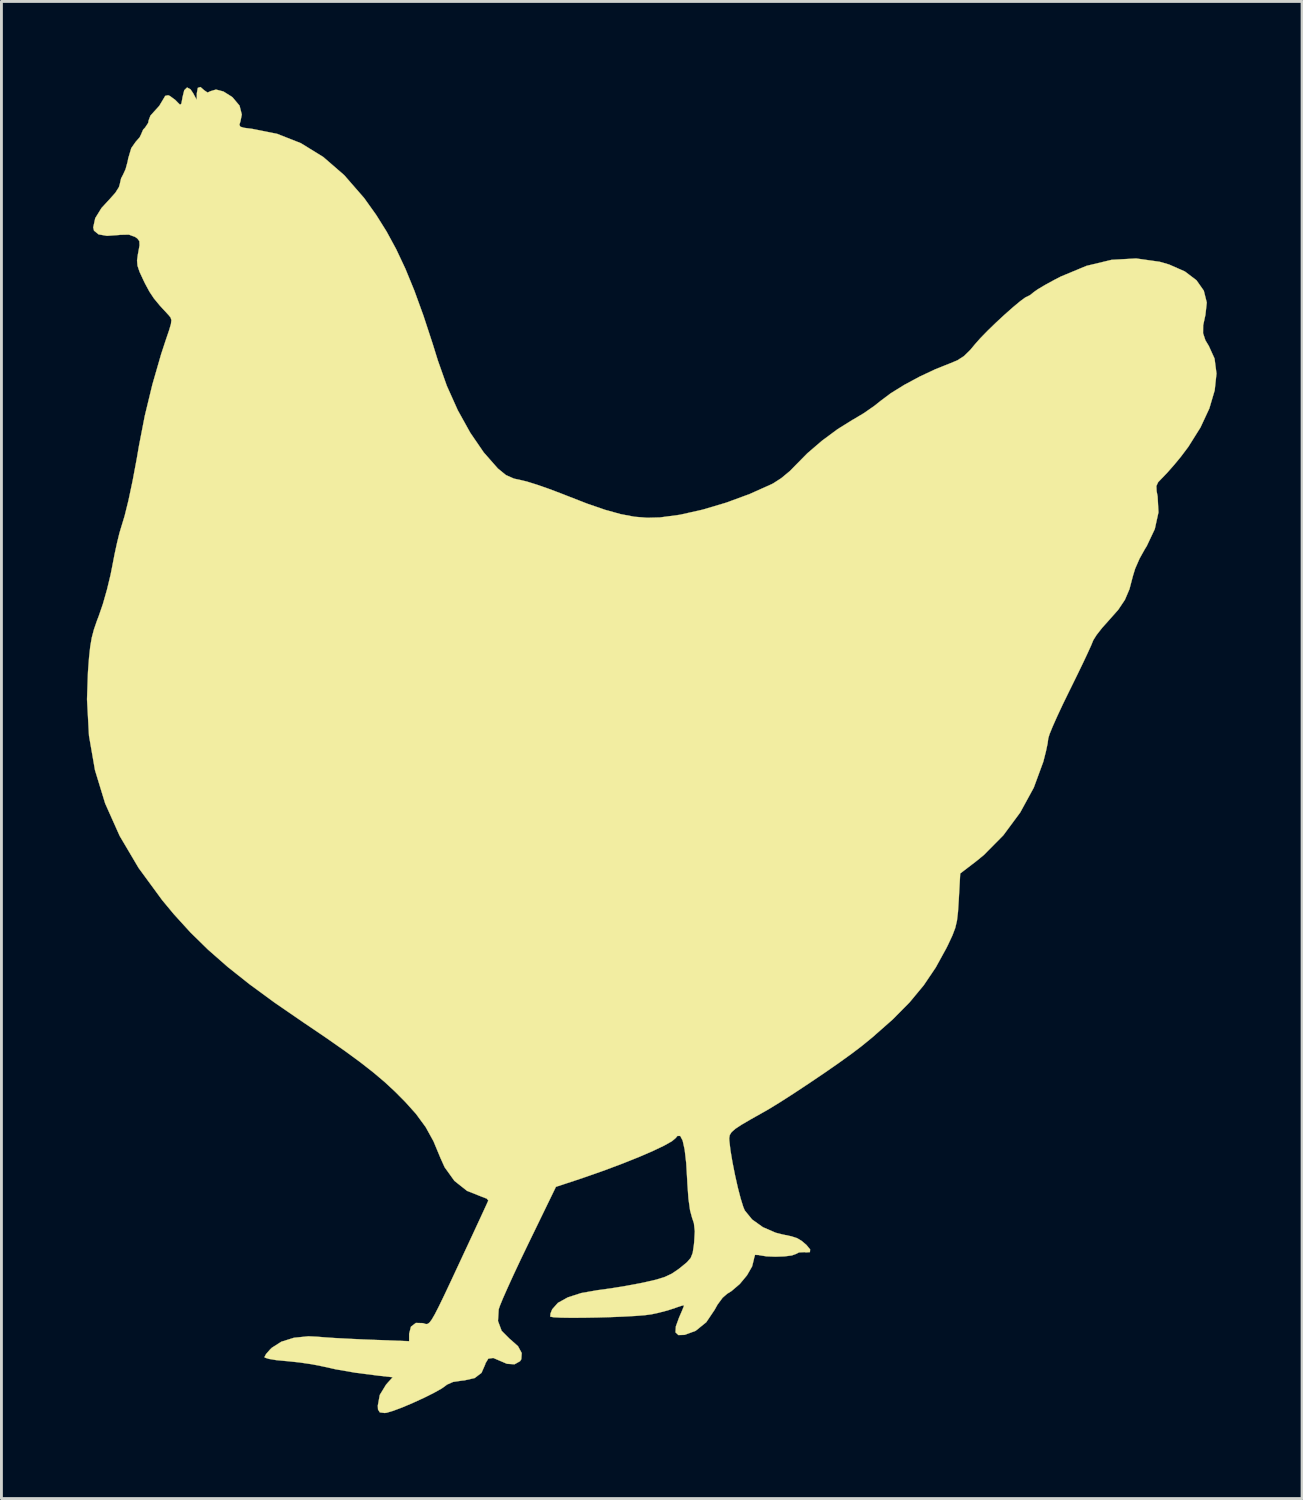
<source format=kicad_pcb>
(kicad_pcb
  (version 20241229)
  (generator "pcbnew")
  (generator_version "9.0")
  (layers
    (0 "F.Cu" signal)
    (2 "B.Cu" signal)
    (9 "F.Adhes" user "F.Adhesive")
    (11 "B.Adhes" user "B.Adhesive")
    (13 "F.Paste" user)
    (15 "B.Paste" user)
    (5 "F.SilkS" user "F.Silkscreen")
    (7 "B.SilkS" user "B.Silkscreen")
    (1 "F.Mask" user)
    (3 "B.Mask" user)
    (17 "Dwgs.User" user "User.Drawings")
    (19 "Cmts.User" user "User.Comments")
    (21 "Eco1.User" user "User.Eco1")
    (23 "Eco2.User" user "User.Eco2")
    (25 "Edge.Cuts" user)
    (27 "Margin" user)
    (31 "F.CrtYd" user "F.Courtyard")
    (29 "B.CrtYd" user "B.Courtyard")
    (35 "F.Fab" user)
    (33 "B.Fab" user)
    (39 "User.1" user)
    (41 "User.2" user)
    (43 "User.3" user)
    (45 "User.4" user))
  (footprint "logo_hen_big"
    (layer "F.Cu")
    (at 19.781 23.274)
    (property "Reference" "logo_hen_big" (at 0 0 0) (layer "F.SilkS") (effects (font (size 1.524 1.524) (thickness 0.3))))
    (attr through_hole)
    (fp_poly (pts (xy -15.662 -23.155) (xy -15.544 -23.075) (xy -15.442 -23.122) (xy -15.248 -23.18) (xy -14.987 -23.112) (xy -14.695 -22.929) (xy -14.663 -22.903) (xy -14.421 -22.615) (xy -14.342 -22.303) (xy -14.389 -22.067) (xy -14.426 -21.947) (xy -14.397 -21.878) (xy -14.27 -21.838) (xy -14.011 -21.804) (xy -13.987 -21.802) (xy -13.101 -21.625) (xy -12.268 -21.297) (xy -11.484 -20.814) (xy -10.745 -20.173) (xy -10.047 -19.371) (xy -9.623 -18.777) (xy -9.258 -18.194) (xy -8.921 -17.573) (xy -8.6 -16.891) (xy -8.286 -16.125) (xy -7.968 -15.25) (xy -7.638 -14.244) (xy -7.461 -13.674) (xy -7.145 -12.78) (xy -6.759 -11.92) (xy -6.32 -11.129) (xy -5.847 -10.439) (xy -5.359 -9.884) (xy -5.348 -9.873) (xy -5.07 -9.646) (xy -4.788 -9.521) (xy -4.572 -9.475) (xy -4.334 -9.418) (xy -3.982 -9.308) (xy -3.56 -9.161) (xy -3.108 -8.99) (xy -2.974 -8.937) (xy -2.219 -8.643) (xy -1.583 -8.424) (xy -1.038 -8.273) (xy -0.555 -8.182) (xy -0.106 -8.146) (xy 0.338 -8.158) (xy 1.041 -8.252) (xy 1.833 -8.43) (xy 2.665 -8.677) (xy 3.488 -8.98) (xy 4.253 -9.323) (xy 4.313 -9.353) (xy 4.597 -9.536) (xy 4.902 -9.789) (xy 5.092 -9.983) (xy 5.512 -10.409) (xy 6.027 -10.851) (xy 6.575 -11.257) (xy 7.093 -11.58) (xy 7.146 -11.609) (xy 7.499 -11.82) (xy 7.867 -12.076) (xy 8.086 -12.251) (xy 8.444 -12.519) (xy 8.917 -12.812) (xy 9.456 -13.102) (xy 10.014 -13.364) (xy 10.472 -13.546) (xy 10.777 -13.672) (xy 11.01 -13.821) (xy 11.231 -14.037) (xy 11.4 -14.24) (xy 11.586 -14.45) (xy 11.839 -14.71) (xy 12.134 -14.996) (xy 12.441 -15.28) (xy 12.735 -15.54) (xy 12.986 -15.749) (xy 13.167 -15.882) (xy 13.243 -15.917) (xy 13.341 -15.969) (xy 13.462 -16.068) (xy 13.605 -16.169) (xy 13.859 -16.32) (xy 14.183 -16.497) (xy 14.411 -16.615) (xy 15.313 -16.99) (xy 16.196 -17.202) (xy 17.055 -17.25) (xy 17.885 -17.133) (xy 18.215 -17.037) (xy 18.766 -16.794) (xy 19.174 -16.485) (xy 19.432 -16.118) (xy 19.536 -15.701) (xy 19.489 -15.274) (xy 19.409 -14.902) (xy 19.406 -14.624) (xy 19.488 -14.377) (xy 19.608 -14.178) (xy 19.809 -13.735) (xy 19.877 -13.21) (xy 19.814 -12.621) (xy 19.626 -11.985) (xy 19.316 -11.319) (xy 18.889 -10.638) (xy 18.625 -10.287) (xy 18.389 -10.002) (xy 18.156 -9.737) (xy 17.976 -9.548) (xy 17.972 -9.545) (xy 17.827 -9.394) (xy 17.767 -9.262) (xy 17.775 -9.081) (xy 17.81 -8.896) (xy 17.84 -8.338) (xy 17.711 -7.751) (xy 17.429 -7.154) (xy 17.361 -7.045) (xy 17.176 -6.713) (xy 17.021 -6.359) (xy 16.944 -6.107) (xy 16.822 -5.642) (xy 16.662 -5.267) (xy 16.429 -4.919) (xy 16.099 -4.546) (xy 15.86 -4.279) (xy 15.666 -4.031) (xy 15.55 -3.846) (xy 15.536 -3.81) (xy 15.479 -3.671) (xy 15.359 -3.407) (xy 15.189 -3.046) (xy 14.981 -2.616) (xy 14.748 -2.142) (xy 14.721 -2.088) (xy 14.49 -1.615) (xy 14.288 -1.183) (xy 14.126 -0.819) (xy 14.016 -0.55) (xy 13.971 -0.402) (xy 13.97 -0.393) (xy 13.948 -0.224) (xy 13.89 0.052) (xy 13.807 0.379) (xy 13.795 0.423) (xy 13.463 1.327) (xy 12.987 2.199) (xy 12.393 3.002) (xy 11.705 3.697) (xy 11.43 3.921) (xy 10.88 4.342) (xy 10.829 5.265) (xy 10.802 5.686) (xy 10.766 5.996) (xy 10.706 6.252) (xy 10.607 6.514) (xy 10.455 6.839) (xy 10.391 6.968) (xy 10.02 7.643) (xy 9.599 8.267) (xy 9.102 8.866) (xy 8.508 9.467) (xy 7.793 10.097) (xy 7.408 10.411) (xy 7.076 10.663) (xy 6.639 10.978) (xy 6.133 11.33) (xy 5.595 11.694) (xy 5.063 12.046) (xy 4.573 12.361) (xy 4.161 12.614) (xy 3.979 12.718) (xy 3.526 12.973) (xy 3.201 13.163) (xy 2.983 13.307) (xy 2.853 13.422) (xy 2.789 13.524) (xy 2.77 13.632) (xy 2.774 13.725) (xy 2.814 14.064) (xy 2.884 14.48) (xy 2.973 14.929) (xy 3.072 15.369) (xy 3.173 15.757) (xy 3.264 16.05) (xy 3.317 16.174) (xy 3.574 16.489) (xy 3.951 16.759) (xy 4.404 16.955) (xy 4.651 17.017) (xy 4.956 17.081) (xy 5.157 17.147) (xy 5.317 17.244) (xy 5.48 17.382) (xy 5.611 17.54) (xy 5.603 17.635) (xy 5.461 17.645) (xy 5.418 17.635) (xy 5.218 17.646) (xy 5.12 17.697) (xy 4.968 17.752) (xy 4.706 17.785) (xy 4.392 17.796) (xy 4.082 17.784) (xy 3.835 17.745) (xy 3.807 17.737) (xy 3.677 17.731) (xy 3.641 17.854) (xy 3.641 17.865) (xy 3.574 18.136) (xy 3.395 18.448) (xy 3.142 18.753) (xy 2.847 19.005) (xy 2.7 19.096) (xy 2.537 19.238) (xy 2.358 19.48) (xy 2.258 19.66) (xy 1.964 20.097) (xy 1.589 20.399) (xy 1.205 20.54) (xy 0.986 20.547) (xy 0.884 20.451) (xy 0.897 20.242) (xy 1.009 19.934) (xy 1.109 19.703) (xy 1.173 19.545) (xy 1.185 19.506) (xy 1.116 19.513) (xy 0.941 19.57) (xy 0.868 19.597) (xy 0.603 19.683) (xy 0.263 19.771) (xy 0.042 19.818) (xy -0.181 19.848) (xy -0.516 19.875) (xy -0.93 19.898) (xy -1.394 19.917) (xy -1.877 19.931) (xy -2.348 19.939) (xy -2.778 19.941) (xy -3.135 19.936) (xy -3.388 19.923) (xy -3.508 19.902) (xy -3.513 19.898) (xy -3.504 19.791) (xy -3.445 19.643) (xy -3.245 19.417) (xy -2.897 19.224) (xy -2.422 19.071) (xy -1.839 18.969) (xy -1.82 18.967) (xy -1.375 18.906) (xy -0.856 18.821) (xy -0.357 18.728) (xy -0.216 18.699) (xy 0.205 18.602) (xy 0.509 18.507) (xy 0.75 18.394) (xy 0.977 18.241) (xy 1.054 18.182) (xy 1.285 17.992) (xy 1.418 17.84) (xy 1.488 17.662) (xy 1.528 17.398) (xy 1.54 17.288) (xy 1.562 16.903) (xy 1.53 16.617) (xy 1.467 16.431) (xy 1.396 16.169) (xy 1.339 15.76) (xy 1.301 15.226) (xy 1.296 15.113) (xy 1.26 14.503) (xy 1.206 14.037) (xy 1.136 13.72) (xy 1.051 13.557) (xy 0.952 13.556) (xy 0.888 13.633) (xy 0.758 13.742) (xy 0.488 13.894) (xy 0.099 14.08) (xy -0.388 14.291) (xy -0.953 14.517) (xy -1.574 14.751) (xy -2.231 14.983) (xy -2.61 15.111) (xy -3.314 15.343) (xy -4.286 17.345) (xy -4.552 17.898) (xy -4.795 18.415) (xy -5.004 18.873) (xy -5.17 19.248) (xy -5.28 19.516) (xy -5.323 19.643) (xy -5.348 20.054) (xy -5.22 20.398) (xy -4.932 20.686) (xy -4.91 20.702) (xy -4.645 20.938) (xy -4.515 21.178) (xy -4.529 21.395) (xy -4.573 21.464) (xy -4.766 21.573) (xy -5.032 21.556) (xy -5.249 21.463) (xy -5.513 21.351) (xy -5.688 21.375) (xy -5.787 21.539) (xy -5.798 21.581) (xy -5.926 21.873) (xy -6.166 22.056) (xy -6.533 22.139) (xy -6.6 22.144) (xy -6.924 22.192) (xy -7.143 22.289) (xy -7.167 22.31) (xy -7.326 22.424) (xy -7.6 22.577) (xy -7.946 22.75) (xy -8.326 22.924) (xy -8.697 23.082) (xy -9.021 23.204) (xy -9.255 23.274) (xy -9.325 23.283) (xy -9.496 23.262) (xy -9.56 23.161) (xy -9.567 23.024) (xy -9.498 22.65) (xy -9.28 22.291) (xy -9.21 22.211) (xy -9.043 22.028) (xy -9.538 21.973) (xy -10.345 21.87) (xy -11.045 21.749) (xy -11.515 21.644) (xy -11.874 21.573) (xy -12.315 21.508) (xy -12.75 21.462) (xy -12.806 21.458) (xy -13.136 21.426) (xy -13.391 21.383) (xy -13.531 21.339) (xy -13.547 21.32) (xy -13.49 21.213) (xy -13.347 21.05) (xy -13.289 20.994) (xy -12.955 20.781) (xy -12.51 20.642) (xy -12.004 20.59) (xy -11.681 20.606) (xy -11.434 20.627) (xy -11.06 20.652) (xy -10.601 20.676) (xy -10.099 20.7) (xy -9.842 20.71) (xy -8.467 20.763) (xy -8.467 20.502) (xy -8.403 20.252) (xy -8.231 20.121) (xy -7.981 20.128) (xy -7.935 20.144) (xy -7.873 20.162) (xy -7.814 20.154) (xy -7.75 20.105) (xy -7.67 19.998) (xy -7.565 19.817) (xy -7.426 19.546) (xy -7.243 19.169) (xy -7.008 18.67) (xy -6.723 18.059) (xy -6.461 17.497) (xy -6.222 16.984) (xy -6.016 16.54) (xy -5.853 16.187) (xy -5.741 15.943) (xy -5.69 15.83) (xy -5.688 15.826) (xy -5.739 15.758) (xy -5.899 15.697) (xy -6.432 15.486) (xy -6.877 15.134) (xy -7.221 14.655) (xy -7.362 14.342) (xy -7.612 13.742) (xy -7.887 13.244) (xy -8.227 12.781) (xy -8.604 12.361) (xy -8.954 12.008) (xy -9.318 11.67) (xy -9.719 11.331) (xy -10.177 10.972) (xy -10.714 10.578) (xy -11.352 10.131) (xy -12.113 9.615) (xy -12.161 9.583) (xy -13.177 8.885) (xy -14.062 8.237) (xy -14.837 7.622) (xy -15.524 7.019) (xy -16.145 6.411) (xy -16.723 5.776) (xy -17.135 5.28) (xy -17.964 4.149) (xy -18.63 3.022) (xy -19.139 1.883) (xy -19.496 0.715) (xy -19.707 -0.498) (xy -19.776 -1.773) (xy -19.743 -2.725) (xy -19.705 -3.236) (xy -19.663 -3.624) (xy -19.609 -3.938) (xy -19.534 -4.223) (xy -19.429 -4.528) (xy -19.363 -4.7) (xy -19.219 -5.119) (xy -19.074 -5.628) (xy -18.948 -6.15) (xy -18.891 -6.438) (xy -18.808 -6.869) (xy -18.719 -7.278) (xy -18.637 -7.613) (xy -18.583 -7.793) (xy -18.457 -8.207) (xy -18.319 -8.765) (xy -18.175 -9.445) (xy -18.029 -10.223) (xy -17.953 -10.668) (xy -17.748 -11.725) (xy -17.481 -12.826) (xy -17.175 -13.887) (xy -17.012 -14.383) (xy -16.895 -14.726) (xy -16.83 -14.947) (xy -16.813 -15.085) (xy -16.842 -15.177) (xy -16.912 -15.263) (xy -16.926 -15.278) (xy -17.218 -15.594) (xy -17.426 -15.846) (xy -17.585 -16.085) (xy -17.735 -16.363) (xy -17.793 -16.482) (xy -17.933 -16.784) (xy -18.004 -16.998) (xy -18.019 -17.183) (xy -17.989 -17.4) (xy -17.977 -17.46) (xy -17.932 -17.713) (xy -17.939 -17.858) (xy -18.009 -17.951) (xy -18.084 -18.004) (xy -18.305 -18.087) (xy -18.613 -18.08) (xy -18.656 -18.074) (xy -19.075 -18.044) (xy -19.371 -18.096) (xy -19.531 -18.227) (xy -19.558 -18.341) (xy -19.487 -18.666) (xy -19.268 -19.021) (xy -18.972 -19.342) (xy -18.781 -19.557) (xy -18.656 -19.755) (xy -18.627 -19.853) (xy -18.579 -20.062) (xy -18.508 -20.198) (xy -18.422 -20.386) (xy -18.349 -20.655) (xy -18.33 -20.761) (xy -18.222 -21.124) (xy -18.068 -21.344) (xy -17.927 -21.505) (xy -17.865 -21.632) (xy -17.865 -21.637) (xy -17.806 -21.772) (xy -17.738 -21.844) (xy -17.629 -22.008) (xy -17.611 -22.102) (xy -17.549 -22.265) (xy -17.42 -22.409) (xy -17.24 -22.607) (xy -17.124 -22.8) (xy -17.03 -22.958) (xy -16.927 -22.98) (xy -16.863 -22.952) (xy -16.677 -22.815) (xy -16.588 -22.724) (xy -16.509 -22.647) (xy -16.464 -22.686) (xy -16.43 -22.865) (xy -16.425 -22.903) (xy -16.362 -23.157) (xy -16.263 -23.253) (xy -16.141 -23.186) (xy -16.053 -23.056) (xy -15.924 -22.818) (xy -15.921 -23.05) (xy -15.886 -23.239) (xy -15.793 -23.269) (xy -15.662 -23.155)) (stroke (width 0.01) (type solid)) (fill yes) (layer "F.SilkS")))
  (gr_rect
    (start -3 -3)
    (end 42.663 49.562)
    (stroke (width 0.1) (type default))
    (fill no)
    (layer "Edge.Cuts")))
</source>
